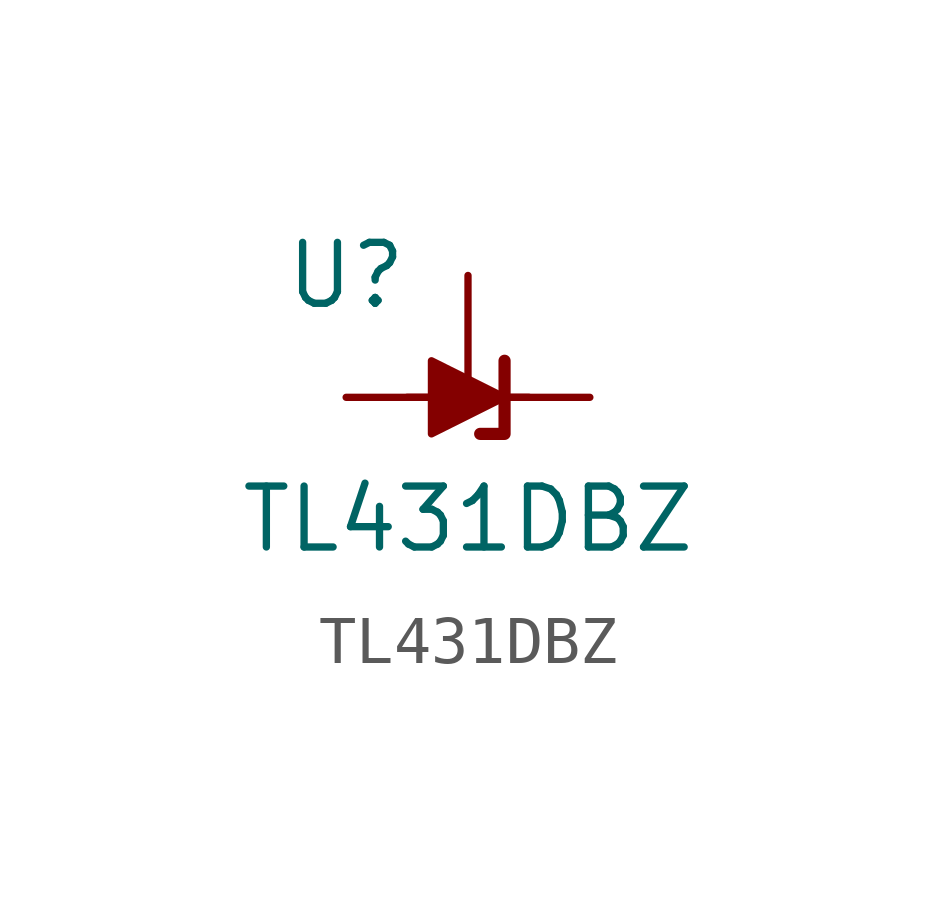
<source format=kicad_sym>
(kicad_symbol_lib
  (version 20231120)
  (generator "kicad_symbol_editor")
  (generator_version "8.0")
  (symbol "TL431DBZ"
    (pin_numbers hide)
    (pin_names hide)
    (property "Reference" "U"
      (at -2.54 2.54 0)
      (effects (font (size 1.27 1.27))))
    (property "Value" "TL431DBZ"
      (at 0 -2.54 0)
      (effects (font (size 1.27 1.27))))
    (symbol "TL431DBZ_0_1"
      (polyline (pts (xy -1.27 0) (xy 0 0) (xy 1.27 0)) (stroke (width 0) (type default)) (fill (type none)))
      (polyline (pts (xy -0.762 -0.762) (xy -0.762 0.762) (xy 0.762 0) (xy -0.762 -0.762)) (stroke (width 0) (type default)) (fill (type outline)))
      (polyline (pts (xy 0.254 -0.762) (xy 0.762 -0.762) (xy 0.762 0.762) (xy 0.762 0.762)) (stroke (width 0.254) (type default)) (fill (type none))))
    (symbol "TL431DBZ_1_1"
      (pin passive line (at 2.54 0 180) (length 2.54) (name "K" (effects (font (size 1.27 1.27)))) (number "1" (effects (font (size 1.27 1.27)))))
      (pin passive line (at 0 2.54 270) (length 2.54) (name "REF" (effects (font (size 1.27 1.27)))) (number "2" (effects (font (size 1.27 1.27)))))
      (pin passive line (at -2.54 0 0) (length 2.54) (name "A" (effects (font (size 1.27 1.27)))) (number "3" (effects (font (size 1.27 1.27))))))))
</source>
